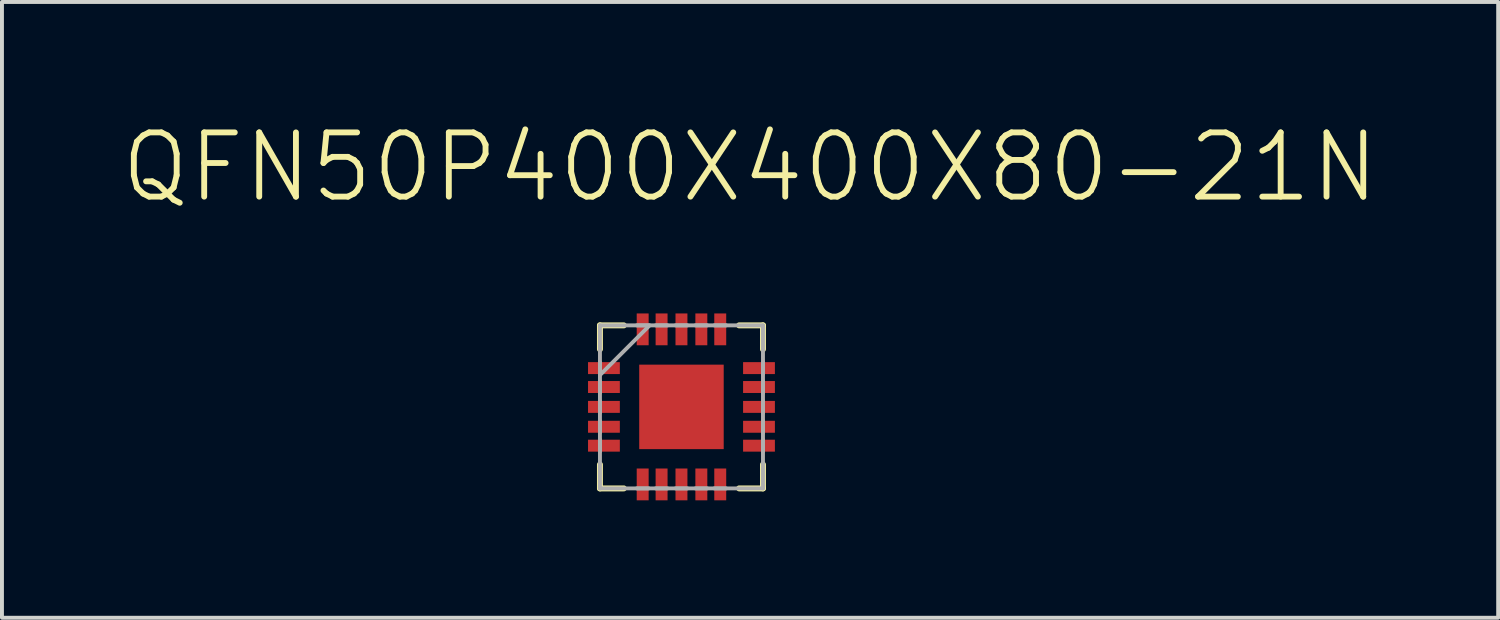
<source format=kicad_pcb>
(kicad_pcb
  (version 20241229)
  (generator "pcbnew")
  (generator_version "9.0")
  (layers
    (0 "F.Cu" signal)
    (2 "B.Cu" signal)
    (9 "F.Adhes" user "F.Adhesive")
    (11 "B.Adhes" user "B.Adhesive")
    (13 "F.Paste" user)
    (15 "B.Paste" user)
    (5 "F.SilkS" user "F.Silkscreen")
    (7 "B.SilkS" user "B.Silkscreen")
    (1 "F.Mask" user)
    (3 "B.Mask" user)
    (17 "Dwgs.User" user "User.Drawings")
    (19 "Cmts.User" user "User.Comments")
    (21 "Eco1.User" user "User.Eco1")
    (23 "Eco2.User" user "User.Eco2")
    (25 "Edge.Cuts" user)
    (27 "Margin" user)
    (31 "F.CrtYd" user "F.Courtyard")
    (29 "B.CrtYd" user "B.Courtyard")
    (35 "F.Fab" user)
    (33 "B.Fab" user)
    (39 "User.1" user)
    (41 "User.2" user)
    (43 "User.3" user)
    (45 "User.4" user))
  (footprint "QFN50P400X400X80-21N"
    (layer "F.Cu")
    (at 14.363 7.347)
    (property "Reference" "QFN50P400X400X80-21N" (at 1.753 -6.124 0) (layer "F.SilkS") (effects (font (size 1.641 1.641) (thickness 0.15))))
    (attr smd)
    (fp_line (start -2.083 -2.083) (end -2.083 -1.473) (stroke (width 0.152) (type solid)) (layer "F.SilkS"))
    (fp_line (start -2.083 1.473) (end -2.083 2.083) (stroke (width 0.152) (type solid)) (layer "F.SilkS"))
    (fp_line (start -2.083 2.083) (end -1.473 2.083) (stroke (width 0.152) (type solid)) (layer "F.SilkS"))
    (fp_line (start -1.473 -2.083) (end -2.083 -2.083) (stroke (width 0.152) (type solid)) (layer "F.SilkS"))
    (fp_line (start 1.473 2.083) (end 2.083 2.083) (stroke (width 0.152) (type solid)) (layer "F.SilkS"))
    (fp_line (start 2.083 -2.083) (end 1.473 -2.083) (stroke (width 0.152) (type solid)) (layer "F.SilkS"))
    (fp_line (start 2.083 -1.473) (end 2.083 -2.083) (stroke (width 0.152) (type solid)) (layer "F.SilkS"))
    (fp_line (start 2.083 2.083) (end 2.083 1.473) (stroke (width 0.152) (type solid)) (layer "F.SilkS"))
    (fp_line (start -2.083 -2.083) (end -2.083 2.083) (stroke (width 0.1) (type solid)) (layer "F.Fab"))
    (fp_line (start -2.083 -1.143) (end -2.083 -0.838) (stroke (width 0.1) (type solid)) (layer "F.Fab"))
    (fp_line (start -2.083 -0.813) (end -0.813 -2.083) (stroke (width 0.1) (type solid)) (layer "F.Fab"))
    (fp_line (start -2.083 -0.66) (end -2.083 -0.356) (stroke (width 0.1) (type solid)) (layer "F.Fab"))
    (fp_line (start -2.083 -0.152) (end -2.083 0.152) (stroke (width 0.1) (type solid)) (layer "F.Fab"))
    (fp_line (start -2.083 0.356) (end -2.083 0.66) (stroke (width 0.1) (type solid)) (layer "F.Fab"))
    (fp_line (start -2.083 0.838) (end -2.083 1.143) (stroke (width 0.1) (type solid)) (layer "F.Fab"))
    (fp_line (start -2.083 2.083) (end 2.083 2.083) (stroke (width 0.1) (type solid)) (layer "F.Fab"))
    (fp_line (start -1.143 2.083) (end -0.838 2.083) (stroke (width 0.1) (type solid)) (layer "F.Fab"))
    (fp_line (start -0.838 -2.083) (end -1.143 -2.083) (stroke (width 0.1) (type solid)) (layer "F.Fab"))
    (fp_line (start -0.66 2.083) (end -0.356 2.083) (stroke (width 0.1) (type solid)) (layer "F.Fab"))
    (fp_line (start -0.356 -2.083) (end -0.66 -2.083) (stroke (width 0.1) (type solid)) (layer "F.Fab"))
    (fp_line (start -0.152 2.083) (end 0.152 2.083) (stroke (width 0.1) (type solid)) (layer "F.Fab"))
    (fp_line (start 0.152 -2.083) (end -0.152 -2.083) (stroke (width 0.1) (type solid)) (layer "F.Fab"))
    (fp_line (start 0.356 2.083) (end 0.66 2.083) (stroke (width 0.1) (type solid)) (layer "F.Fab"))
    (fp_line (start 0.66 -2.083) (end 0.356 -2.083) (stroke (width 0.1) (type solid)) (layer "F.Fab"))
    (fp_line (start 0.838 2.083) (end 1.143 2.083) (stroke (width 0.1) (type solid)) (layer "F.Fab"))
    (fp_line (start 1.143 -2.083) (end 0.838 -2.083) (stroke (width 0.1) (type solid)) (layer "F.Fab"))
    (fp_line (start 2.083 -2.083) (end -2.083 -2.083) (stroke (width 0.1) (type solid)) (layer "F.Fab"))
    (fp_line (start 2.083 -0.838) (end 2.083 -1.143) (stroke (width 0.1) (type solid)) (layer "F.Fab"))
    (fp_line (start 2.083 -0.356) (end 2.083 -0.66) (stroke (width 0.1) (type solid)) (layer "F.Fab"))
    (fp_line (start 2.083 0.152) (end 2.083 -0.152) (stroke (width 0.1) (type solid)) (layer "F.Fab"))
    (fp_line (start 2.083 0.66) (end 2.083 0.356) (stroke (width 0.1) (type solid)) (layer "F.Fab"))
    (fp_line (start 2.083 1.143) (end 2.083 0.838) (stroke (width 0.1) (type solid)) (layer "F.Fab"))
    (fp_line (start 2.083 2.083) (end 2.083 -2.083) (stroke (width 0.1) (type solid)) (layer "F.Fab"))
    (pad "1" smd rect (at -1.981 -0.991) (size 0.813 0.305) (layers "F.Cu" "F.Mask" "F.Paste"))
    (pad "2" smd rect (at -1.981 -0.508) (size 0.813 0.305) (layers "F.Cu" "F.Mask" "F.Paste"))
    (pad "3" smd rect (at -1.981 0) (size 0.813 0.305) (layers "F.Cu" "F.Mask" "F.Paste"))
    (pad "4" smd rect (at -1.981 0.508) (size 0.813 0.305) (layers "F.Cu" "F.Mask" "F.Paste"))
    (pad "5" smd rect (at -1.981 0.991) (size 0.813 0.305) (layers "F.Cu" "F.Mask" "F.Paste"))
    (pad "6" smd rect (at -0.991 1.981) (size 0.305 0.813) (layers "F.Cu" "F.Mask" "F.Paste"))
    (pad "7" smd rect (at -0.508 1.981) (size 0.305 0.813) (layers "F.Cu" "F.Mask" "F.Paste"))
    (pad "8" smd rect (at 0 1.981) (size 0.305 0.813) (layers "F.Cu" "F.Mask" "F.Paste"))
    (pad "9" smd rect (at 0.508 1.981) (size 0.305 0.813) (layers "F.Cu" "F.Mask" "F.Paste"))
    (pad "10" smd rect (at 0.991 1.981) (size 0.305 0.813) (layers "F.Cu" "F.Mask" "F.Paste"))
    (pad "11" smd rect (at 1.981 0.991) (size 0.813 0.305) (layers "F.Cu" "F.Mask" "F.Paste"))
    (pad "12" smd rect (at 1.981 0.508) (size 0.813 0.305) (layers "F.Cu" "F.Mask" "F.Paste"))
    (pad "13" smd rect (at 1.981 0) (size 0.813 0.305) (layers "F.Cu" "F.Mask" "F.Paste"))
    (pad "14" smd rect (at 1.981 -0.508) (size 0.813 0.305) (layers "F.Cu" "F.Mask" "F.Paste"))
    (pad "15" smd rect (at 1.981 -0.991) (size 0.813 0.305) (layers "F.Cu" "F.Mask" "F.Paste"))
    (pad "16" smd rect (at 0.991 -1.981) (size 0.305 0.813) (layers "F.Cu" "F.Mask" "F.Paste"))
    (pad "17" smd rect (at 0.508 -1.981) (size 0.305 0.813) (layers "F.Cu" "F.Mask" "F.Paste"))
    (pad "18" smd rect (at 0 -1.981) (size 0.305 0.813) (layers "F.Cu" "F.Mask" "F.Paste"))
    (pad "19" smd rect (at -0.508 -1.981) (size 0.305 0.813) (layers "F.Cu" "F.Mask" "F.Paste"))
    (pad "20" smd rect (at -0.991 -1.981) (size 0.305 0.813) (layers "F.Cu" "F.Mask" "F.Paste"))
    (pad "21" smd rect (at 0 0) (size 2.159 2.159) (layers "F.Cu" "F.Mask" "F.Paste")))
  (gr_rect
    (start -3 -3)
    (end 35.232 12.735)
    (stroke (width 0.1) (type default))
    (fill no)
    (layer "Edge.Cuts")))
</source>
